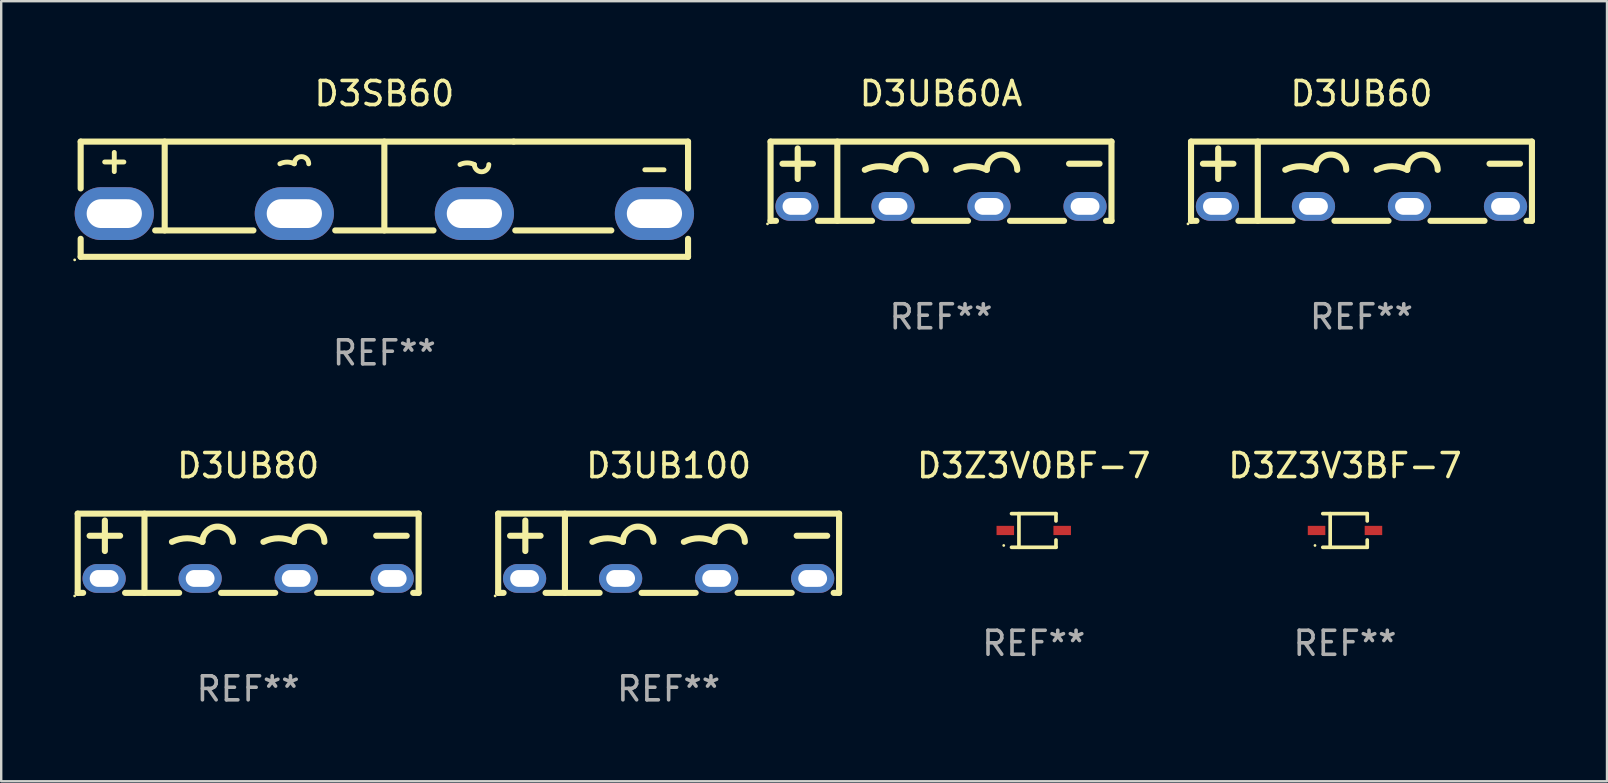
<source format=kicad_pcb>
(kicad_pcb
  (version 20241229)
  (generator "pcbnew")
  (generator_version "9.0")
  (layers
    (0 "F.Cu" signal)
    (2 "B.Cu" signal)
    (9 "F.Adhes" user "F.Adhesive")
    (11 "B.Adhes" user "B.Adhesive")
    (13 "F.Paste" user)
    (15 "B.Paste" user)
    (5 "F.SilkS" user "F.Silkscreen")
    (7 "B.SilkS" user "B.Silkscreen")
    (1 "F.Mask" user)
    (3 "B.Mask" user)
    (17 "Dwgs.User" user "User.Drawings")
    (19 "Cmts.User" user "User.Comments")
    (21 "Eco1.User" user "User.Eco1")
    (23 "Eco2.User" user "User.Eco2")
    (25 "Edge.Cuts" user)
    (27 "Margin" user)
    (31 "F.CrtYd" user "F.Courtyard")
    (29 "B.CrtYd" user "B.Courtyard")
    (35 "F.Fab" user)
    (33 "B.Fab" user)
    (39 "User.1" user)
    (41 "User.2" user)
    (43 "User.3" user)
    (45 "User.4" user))
  (footprint "D3Z3V3BF-7"
    (layer "F.Cu")
    (at 52.975 19.046)
    (property "Reference" "D3Z3V3BF-7" (at 0 -2.701 0) (layer "F.SilkS") (effects (font (size 1 1) (thickness 0.15))))
    (attr through_hole)
    (fp_line (start -0.926 -0.701) (end 0.926 -0.701) (stroke (width 0.152) (type solid)) (layer "F.SilkS"))
    (fp_line (start -0.926 0.701) (end 0.926 0.701) (stroke (width 0.152) (type solid)) (layer "F.SilkS"))
    (fp_line (start -0.617 -0.701) (end -0.617 0.701) (stroke (width 0.152) (type solid)) (layer "F.SilkS"))
    (fp_line (start 0.926 -0.701) (end 0.926 -0.396) (stroke (width 0.152) (type solid)) (layer "F.SilkS"))
    (fp_line (start 0.926 0.701) (end 0.926 0.396) (stroke (width 0.152) (type solid)) (layer "F.SilkS"))
    (fp_circle (center -1.25 0.625) (end -1.22 0.625) (stroke (width 0.06) (type solid)) (fill no) (layer "F.SilkS"))
    (fp_text user "REF**" (at 0 4.701 0) (layer "F.Fab") (effects (font (size 1 1) (thickness 0.15))))
    (pad "1" smd rect (at -1.185 0 180) (size 0.73 0.385) (layers "F.Cu" "F.Mask" "F.Paste"))
    (pad "2" smd rect (at 1.185 0 180) (size 0.73 0.385) (layers "F.Cu" "F.Mask" "F.Paste")))
  (footprint "D3UB100"
    (layer "F.Cu")
    (at 24.801 19.995)
    (property "Reference" "D3UB100" (at 0 -3.65 0) (layer "F.SilkS") (effects (font (size 1 1) (thickness 0.15))))
    (attr through_hole)
    (fp_line (start -7.1 -1.65) (end 7.1 -1.65) (stroke (width 0.254) (type solid)) (layer "F.SilkS"))
    (fp_line (start -7.1 1.65) (end -7.1 -1.65) (stroke (width 0.254) (type solid)) (layer "F.SilkS"))
    (fp_line (start -7.1 1.65) (end -6.874 1.65) (stroke (width 0.254) (type solid)) (layer "F.SilkS"))
    (fp_line (start -6.604 -0.728) (end -5.334 -0.728) (stroke (width 0.254) (type solid)) (layer "F.SilkS"))
    (fp_line (start -5.969 -0.093) (end -5.969 -1.363) (stroke (width 0.254) (type solid)) (layer "F.SilkS"))
    (fp_line (start -5.126 1.65) (end -2.874 1.65) (stroke (width 0.254) (type solid)) (layer "F.SilkS"))
    (fp_line (start -4.319 1.647) (end -4.319 -1.65) (stroke (width 0.254) (type solid)) (layer "F.SilkS"))
    (fp_line (start -1.126 1.65) (end 1.126 1.65) (stroke (width 0.254) (type solid)) (layer "F.SilkS"))
    (fp_line (start 2.874 1.65) (end 5.126 1.65) (stroke (width 0.254) (type solid)) (layer "F.SilkS"))
    (fp_line (start 5.334 -0.728) (end 6.604 -0.728) (stroke (width 0.254) (type solid)) (layer "F.SilkS"))
    (fp_line (start 6.874 1.65) (end 7.1 1.65) (stroke (width 0.254) (type solid)) (layer "F.SilkS"))
    (fp_line (start 7.1 -1.65) (end 7.1 1.65) (stroke (width 0.254) (type solid)) (layer "F.SilkS"))
    (fp_arc (start -3.175006 -0.473965) (mid -2.540005 -0.623868) (end -1.905003 -0.473965) (stroke (width 0.254001) (type solid)) (layer "F.SilkS"))
    (fp_arc (start -1.905005 -0.473965) (mid -1.270003 -1.108967) (end -0.635001 -0.473965) (stroke (width 0.254001) (type solid)) (layer "F.SilkS"))
    (fp_arc (start 0.635001 -0.473965) (mid 1.270003 -0.623869) (end 1.905004 -0.473965) (stroke (width 0.254001) (type solid)) (layer "F.SilkS"))
    (fp_arc (start 1.905004 -0.473965) (mid 2.540005 -1.108966) (end 3.175006 -0.473965) (stroke (width 0.254001) (type solid)) (layer "F.SilkS"))
    (fp_circle (center -7.227 1.777) (end -7.197 1.777) (stroke (width 0.06) (type solid)) (fill no) (layer "F.SilkS"))
    (fp_text user "REF**" (at 0 5.65 0) (layer "F.Fab") (effects (font (size 1 1) (thickness 0.15))))
    (pad "1" thru_hole oval (at -6 1.05) (size 1.8 1.2) (drill oval 1.2 0.7) (layers "*.Cu" "*.Mask"))
    (pad "2" thru_hole oval (at -2 1.05) (size 1.8 1.2) (drill oval 1.2 0.7) (layers "*.Cu" "*.Mask"))
    (pad "3" thru_hole oval (at 2 1.05) (size 1.8 1.2) (drill oval 1.2 0.7) (layers "*.Cu" "*.Mask"))
    (pad "4" thru_hole oval (at 6 1.05) (size 1.8 1.2) (drill oval 1.2 0.7) (layers "*.Cu" "*.Mask")))
  (footprint "D3UB60A"
    (layer "F.Cu")
    (at 36.147 4.498)
    (property "Reference" "D3UB60A" (at 0 -3.65 0) (layer "F.SilkS") (effects (font (size 1 1) (thickness 0.15))))
    (attr through_hole)
    (fp_line (start -7.1 -1.65) (end 7.1 -1.65) (stroke (width 0.254) (type solid)) (layer "F.SilkS"))
    (fp_line (start -7.1 1.65) (end -7.1 -1.65) (stroke (width 0.254) (type solid)) (layer "F.SilkS"))
    (fp_line (start -7.1 1.65) (end -6.874 1.65) (stroke (width 0.254) (type solid)) (layer "F.SilkS"))
    (fp_line (start -6.604 -0.728) (end -5.334 -0.728) (stroke (width 0.254) (type solid)) (layer "F.SilkS"))
    (fp_line (start -5.969 -0.093) (end -5.969 -1.363) (stroke (width 0.254) (type solid)) (layer "F.SilkS"))
    (fp_line (start -5.126 1.65) (end -2.874 1.65) (stroke (width 0.254) (type solid)) (layer "F.SilkS"))
    (fp_line (start -4.319 1.647) (end -4.319 -1.65) (stroke (width 0.254) (type solid)) (layer "F.SilkS"))
    (fp_line (start -1.126 1.65) (end 1.126 1.65) (stroke (width 0.254) (type solid)) (layer "F.SilkS"))
    (fp_line (start 2.874 1.65) (end 5.126 1.65) (stroke (width 0.254) (type solid)) (layer "F.SilkS"))
    (fp_line (start 5.334 -0.728) (end 6.604 -0.728) (stroke (width 0.254) (type solid)) (layer "F.SilkS"))
    (fp_line (start 6.874 1.65) (end 7.1 1.65) (stroke (width 0.254) (type solid)) (layer "F.SilkS"))
    (fp_line (start 7.1 -1.65) (end 7.1 1.65) (stroke (width 0.254) (type solid)) (layer "F.SilkS"))
    (fp_arc (start -3.175006 -0.473965) (mid -2.540005 -0.623868) (end -1.905003 -0.473965) (stroke (width 0.254001) (type solid)) (layer "F.SilkS"))
    (fp_arc (start -1.905005 -0.473965) (mid -1.270003 -1.108967) (end -0.635001 -0.473965) (stroke (width 0.254001) (type solid)) (layer "F.SilkS"))
    (fp_arc (start 0.635001 -0.473965) (mid 1.270003 -0.623869) (end 1.905004 -0.473965) (stroke (width 0.254001) (type solid)) (layer "F.SilkS"))
    (fp_arc (start 1.905004 -0.473965) (mid 2.540005 -1.108966) (end 3.175006 -0.473965) (stroke (width 0.254001) (type solid)) (layer "F.SilkS"))
    (fp_circle (center -7.227 1.777) (end -7.197 1.777) (stroke (width 0.06) (type solid)) (fill no) (layer "F.SilkS"))
    (fp_text user "REF**" (at 0 5.65 0) (layer "F.Fab") (effects (font (size 1 1) (thickness 0.15))))
    (pad "1" thru_hole oval (at -6 1.05) (size 1.8 1.2) (drill oval 1.2 0.7) (layers "*.Cu" "*.Mask"))
    (pad "2" thru_hole oval (at -2 1.05) (size 1.8 1.2) (drill oval 1.2 0.7) (layers "*.Cu" "*.Mask"))
    (pad "3" thru_hole oval (at 2 1.05) (size 1.8 1.2) (drill oval 1.2 0.7) (layers "*.Cu" "*.Mask"))
    (pad "4" thru_hole oval (at 6 1.05) (size 1.8 1.2) (drill oval 1.2 0.7) (layers "*.Cu" "*.Mask")))
  (footprint "D3SB60"
    (layer "F.Cu")
    (at 12.96 5.248)
    (property "Reference" "D3SB60" (at 0 -4.4 0) (layer "F.SilkS") (effects (font (size 1 1) (thickness 0.15))))
    (attr through_hole)
    (fp_line (start -12.65 -0.449) (end -12.65 -2.4) (stroke (width 0.254) (type solid)) (layer "F.SilkS"))
    (fp_line (start -12.65 2.4) (end -12.65 1.649) (stroke (width 0.254) (type solid)) (layer "F.SilkS"))
    (fp_line (start -12.65 2.4) (end 12.65 2.4) (stroke (width 0.254) (type solid)) (layer "F.SilkS"))
    (fp_line (start -12.649 -2.4) (end 5.388 -2.4) (stroke (width 0.254) (type solid)) (layer "F.SilkS"))
    (fp_line (start -11.25 -1.15) (end -11.25 -1.95) (stroke (width 0.203) (type solid)) (layer "F.SilkS"))
    (fp_line (start -10.85 -1.55) (end -11.65 -1.55) (stroke (width 0.203) (type solid)) (layer "F.SilkS"))
    (fp_line (start -9.546 1.3) (end -5.454 1.3) (stroke (width 0.254) (type solid)) (layer "F.SilkS"))
    (fp_line (start -9.15 1.3) (end -9.15 -2.4) (stroke (width 0.254) (type solid)) (layer "F.SilkS"))
    (fp_line (start -2.046 1.3) (end 2.046 1.3) (stroke (width 0.254) (type solid)) (layer "F.SilkS"))
    (fp_line (start -0.000343 1.3) (end -0.000038 -2.4) (stroke (width 0.254) (type solid)) (layer "F.SilkS"))
    (fp_line (start 5.388 -2.4) (end 12.649 -2.4) (stroke (width 0.254) (type solid)) (layer "F.SilkS"))
    (fp_line (start 5.454 1.3) (end 9.454 1.3) (stroke (width 0.254) (type solid)) (layer "F.SilkS"))
    (fp_line (start 11.649 -1.226) (end 10.849 -1.226) (stroke (width 0.203) (type solid)) (layer "F.SilkS"))
    (fp_line (start 12.65 -0.449) (end 12.65 -2.4) (stroke (width 0.254) (type solid)) (layer "F.SilkS"))
    (fp_line (start 12.65 2.4) (end 12.65 1.649) (stroke (width 0.254) (type solid)) (layer "F.SilkS"))
    (fp_arc (start -4.351778 -1.474956) (mid -4.050774 -1.546119) (end -3.749771 -1.474955) (stroke (width 0.2032) (type solid)) (layer "F.SilkS"))
    (fp_arc (start -3.749772 -1.474955) (mid -3.450051 -1.774397) (end -3.15033 -1.474956) (stroke (width 0.2032) (type solid)) (layer "F.SilkS"))
    (fp_arc (start 3.149975 -1.443307) (mid 3.449683 -1.514027) (end 3.749391 -1.443306) (stroke (width 0.2032) (type solid)) (layer "F.SilkS"))
    (fp_arc (start 4.351397 -1.443307) (mid 4.050394 -1.143305) (end 3.749391 -1.443306) (stroke (width 0.2032) (type solid)) (layer "F.SilkS"))
    (fp_circle (center -12.9 2.527) (end -12.87 2.527) (stroke (width 0.06) (type solid)) (fill no) (layer "F.SilkS"))
    (fp_text user "REF**" (at 0 6.4 0) (layer "F.Fab") (effects (font (size 1 1) (thickness 0.15))))
    (pad "1" thru_hole oval (at -11.25 0.6 180) (size 3.3 2.2) (drill oval 2.3 1.2) (layers "*.Cu" "*.Mask"))
    (pad "2" thru_hole oval (at -3.75 0.6 180) (size 3.3 2.2) (drill oval 2.3 1.2) (layers "*.Cu" "*.Mask"))
    (pad "3" thru_hole oval (at 3.75 0.6 180) (size 3.3 2.2) (drill oval 2.3 1.2) (layers "*.Cu" "*.Mask"))
    (pad "4" thru_hole oval (at 11.25 0.6 180) (size 3.3 2.2) (drill oval 2.3 1.2) (layers "*.Cu" "*.Mask")))
  (footprint "D3UB60"
    (layer "F.Cu")
    (at 53.661 4.498)
    (property "Reference" "D3UB60" (at 0 -3.65 0) (layer "F.SilkS") (effects (font (size 1 1) (thickness 0.15))))
    (attr through_hole)
    (fp_line (start -7.1 -1.65) (end 7.1 -1.65) (stroke (width 0.254) (type solid)) (layer "F.SilkS"))
    (fp_line (start -7.1 1.65) (end -7.1 -1.65) (stroke (width 0.254) (type solid)) (layer "F.SilkS"))
    (fp_line (start -7.1 1.65) (end -6.874 1.65) (stroke (width 0.254) (type solid)) (layer "F.SilkS"))
    (fp_line (start -6.604 -0.728) (end -5.334 -0.728) (stroke (width 0.254) (type solid)) (layer "F.SilkS"))
    (fp_line (start -5.969 -0.093) (end -5.969 -1.363) (stroke (width 0.254) (type solid)) (layer "F.SilkS"))
    (fp_line (start -5.126 1.65) (end -2.874 1.65) (stroke (width 0.254) (type solid)) (layer "F.SilkS"))
    (fp_line (start -4.319 1.647) (end -4.319 -1.65) (stroke (width 0.254) (type solid)) (layer "F.SilkS"))
    (fp_line (start -1.126 1.65) (end 1.126 1.65) (stroke (width 0.254) (type solid)) (layer "F.SilkS"))
    (fp_line (start 2.874 1.65) (end 5.126 1.65) (stroke (width 0.254) (type solid)) (layer "F.SilkS"))
    (fp_line (start 5.334 -0.728) (end 6.604 -0.728) (stroke (width 0.254) (type solid)) (layer "F.SilkS"))
    (fp_line (start 6.874 1.65) (end 7.1 1.65) (stroke (width 0.254) (type solid)) (layer "F.SilkS"))
    (fp_line (start 7.1 -1.65) (end 7.1 1.65) (stroke (width 0.254) (type solid)) (layer "F.SilkS"))
    (fp_arc (start -3.175006 -0.473965) (mid -2.540005 -0.623868) (end -1.905003 -0.473965) (stroke (width 0.254001) (type solid)) (layer "F.SilkS"))
    (fp_arc (start -1.905005 -0.473965) (mid -1.270003 -1.108967) (end -0.635001 -0.473965) (stroke (width 0.254001) (type solid)) (layer "F.SilkS"))
    (fp_arc (start 0.635001 -0.473965) (mid 1.270003 -0.623869) (end 1.905004 -0.473965) (stroke (width 0.254001) (type solid)) (layer "F.SilkS"))
    (fp_arc (start 1.905004 -0.473965) (mid 2.540005 -1.108966) (end 3.175006 -0.473965) (stroke (width 0.254001) (type solid)) (layer "F.SilkS"))
    (fp_circle (center -7.227 1.777) (end -7.197 1.777) (stroke (width 0.06) (type solid)) (fill no) (layer "F.SilkS"))
    (fp_text user "REF**" (at 0 5.65 0) (layer "F.Fab") (effects (font (size 1 1) (thickness 0.15))))
    (pad "1" thru_hole oval (at -6 1.05) (size 1.8 1.2) (drill oval 1.2 0.7) (layers "*.Cu" "*.Mask"))
    (pad "2" thru_hole oval (at -2 1.05) (size 1.8 1.2) (drill oval 1.2 0.7) (layers "*.Cu" "*.Mask"))
    (pad "3" thru_hole oval (at 2 1.05) (size 1.8 1.2) (drill oval 1.2 0.7) (layers "*.Cu" "*.Mask"))
    (pad "4" thru_hole oval (at 6 1.05) (size 1.8 1.2) (drill oval 1.2 0.7) (layers "*.Cu" "*.Mask")))
  (footprint "D3UB80"
    (layer "F.Cu")
    (at 7.287 19.995)
    (property "Reference" "D3UB80" (at 0 -3.65 0) (layer "F.SilkS") (effects (font (size 1 1) (thickness 0.15))))
    (attr through_hole)
    (fp_line (start -7.1 -1.65) (end 7.1 -1.65) (stroke (width 0.254) (type solid)) (layer "F.SilkS"))
    (fp_line (start -7.1 1.65) (end -7.1 -1.65) (stroke (width 0.254) (type solid)) (layer "F.SilkS"))
    (fp_line (start -7.1 1.65) (end -6.874 1.65) (stroke (width 0.254) (type solid)) (layer "F.SilkS"))
    (fp_line (start -6.604 -0.728) (end -5.334 -0.728) (stroke (width 0.254) (type solid)) (layer "F.SilkS"))
    (fp_line (start -5.969 -0.093) (end -5.969 -1.363) (stroke (width 0.254) (type solid)) (layer "F.SilkS"))
    (fp_line (start -5.126 1.65) (end -2.874 1.65) (stroke (width 0.254) (type solid)) (layer "F.SilkS"))
    (fp_line (start -4.319 1.647) (end -4.319 -1.65) (stroke (width 0.254) (type solid)) (layer "F.SilkS"))
    (fp_line (start -1.126 1.65) (end 1.126 1.65) (stroke (width 0.254) (type solid)) (layer "F.SilkS"))
    (fp_line (start 2.874 1.65) (end 5.126 1.65) (stroke (width 0.254) (type solid)) (layer "F.SilkS"))
    (fp_line (start 5.334 -0.728) (end 6.604 -0.728) (stroke (width 0.254) (type solid)) (layer "F.SilkS"))
    (fp_line (start 6.874 1.65) (end 7.1 1.65) (stroke (width 0.254) (type solid)) (layer "F.SilkS"))
    (fp_line (start 7.1 -1.65) (end 7.1 1.65) (stroke (width 0.254) (type solid)) (layer "F.SilkS"))
    (fp_arc (start -3.175006 -0.473965) (mid -2.540005 -0.623868) (end -1.905003 -0.473965) (stroke (width 0.254001) (type solid)) (layer "F.SilkS"))
    (fp_arc (start -1.905005 -0.473965) (mid -1.270003 -1.108967) (end -0.635001 -0.473965) (stroke (width 0.254001) (type solid)) (layer "F.SilkS"))
    (fp_arc (start 0.635001 -0.473965) (mid 1.270003 -0.623869) (end 1.905004 -0.473965) (stroke (width 0.254001) (type solid)) (layer "F.SilkS"))
    (fp_arc (start 1.905004 -0.473965) (mid 2.540005 -1.108966) (end 3.175006 -0.473965) (stroke (width 0.254001) (type solid)) (layer "F.SilkS"))
    (fp_circle (center -7.227 1.777) (end -7.197 1.777) (stroke (width 0.06) (type solid)) (fill no) (layer "F.SilkS"))
    (fp_text user "REF**" (at 0 5.65 0) (layer "F.Fab") (effects (font (size 1 1) (thickness 0.15))))
    (pad "1" thru_hole oval (at -6 1.05) (size 1.8 1.2) (drill oval 1.2 0.7) (layers "*.Cu" "*.Mask"))
    (pad "2" thru_hole oval (at -2 1.05) (size 1.8 1.2) (drill oval 1.2 0.7) (layers "*.Cu" "*.Mask"))
    (pad "3" thru_hole oval (at 2 1.05) (size 1.8 1.2) (drill oval 1.2 0.7) (layers "*.Cu" "*.Mask"))
    (pad "4" thru_hole oval (at 6 1.05) (size 1.8 1.2) (drill oval 1.2 0.7) (layers "*.Cu" "*.Mask")))
  (footprint "D3Z3V0BF-7"
    (layer "F.Cu")
    (at 40.01 19.046)
    (property "Reference" "D3Z3V0BF-7" (at 0 -2.701 0) (layer "F.SilkS") (effects (font (size 1 1) (thickness 0.15))))
    (attr through_hole)
    (fp_line (start -0.926 -0.701) (end 0.926 -0.701) (stroke (width 0.152) (type solid)) (layer "F.SilkS"))
    (fp_line (start -0.926 0.701) (end 0.926 0.701) (stroke (width 0.152) (type solid)) (layer "F.SilkS"))
    (fp_line (start -0.617 -0.701) (end -0.617 0.701) (stroke (width 0.152) (type solid)) (layer "F.SilkS"))
    (fp_line (start 0.926 -0.701) (end 0.926 -0.396) (stroke (width 0.152) (type solid)) (layer "F.SilkS"))
    (fp_line (start 0.926 0.701) (end 0.926 0.396) (stroke (width 0.152) (type solid)) (layer "F.SilkS"))
    (fp_circle (center -1.25 0.625) (end -1.22 0.625) (stroke (width 0.06) (type solid)) (fill no) (layer "F.SilkS"))
    (fp_text user "REF**" (at 0 4.701 0) (layer "F.Fab") (effects (font (size 1 1) (thickness 0.15))))
    (pad "1" smd rect (at -1.185 0 180) (size 0.73 0.385) (layers "F.Cu" "F.Mask" "F.Paste"))
    (pad "2" smd rect (at 1.185 0 180) (size 0.73 0.385) (layers "F.Cu" "F.Mask" "F.Paste")))
  (gr_rect
    (start -3 -3)
    (end 63.888 29.493)
    (stroke (width 0.1) (type default))
    (fill no)
    (layer "Edge.Cuts")))
</source>
